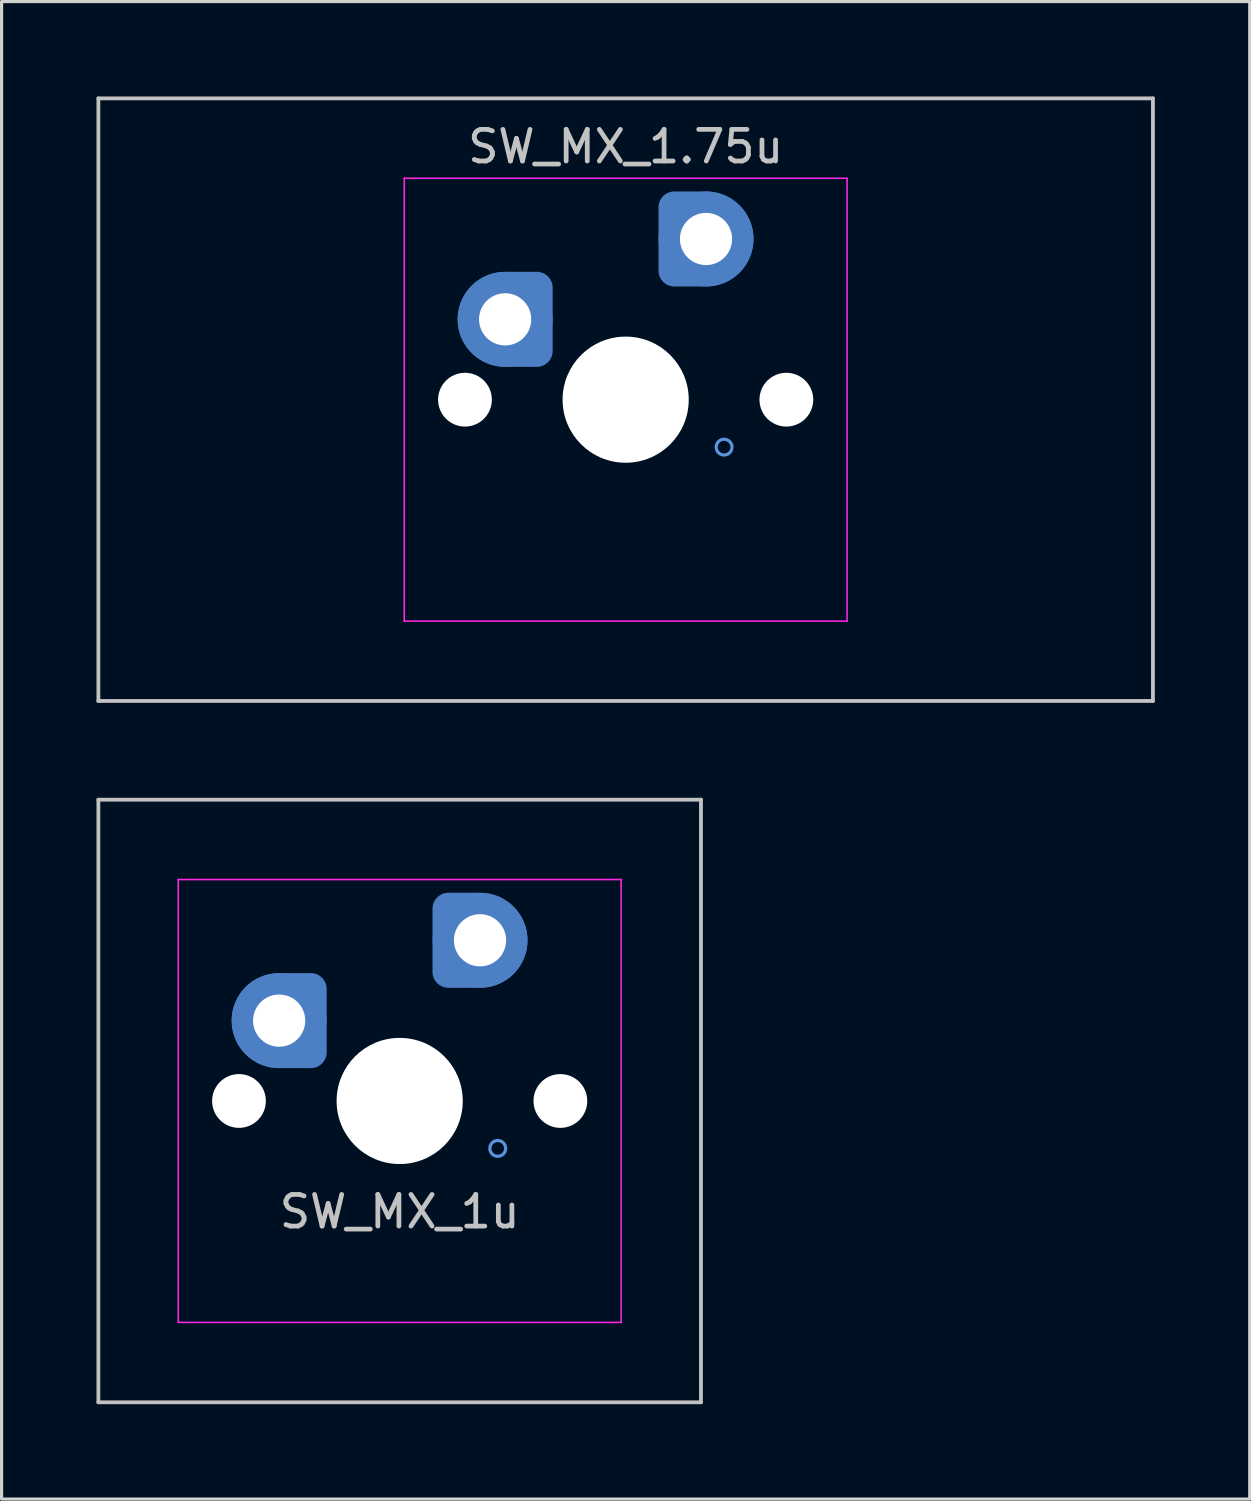
<source format=kicad_pcb>
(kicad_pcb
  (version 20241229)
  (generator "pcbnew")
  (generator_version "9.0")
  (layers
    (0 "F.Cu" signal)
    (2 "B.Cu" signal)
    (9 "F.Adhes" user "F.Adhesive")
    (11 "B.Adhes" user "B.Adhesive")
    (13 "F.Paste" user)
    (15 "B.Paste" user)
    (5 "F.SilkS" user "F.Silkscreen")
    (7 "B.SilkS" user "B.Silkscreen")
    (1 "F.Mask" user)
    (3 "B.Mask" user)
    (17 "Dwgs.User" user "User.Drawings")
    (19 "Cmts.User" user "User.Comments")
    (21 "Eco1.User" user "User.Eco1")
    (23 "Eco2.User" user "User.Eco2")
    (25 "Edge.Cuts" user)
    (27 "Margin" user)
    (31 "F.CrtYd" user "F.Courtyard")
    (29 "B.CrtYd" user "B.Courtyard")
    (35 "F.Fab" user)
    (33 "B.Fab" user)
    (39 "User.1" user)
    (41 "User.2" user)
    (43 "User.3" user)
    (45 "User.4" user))
  (footprint "SW_MX_1.75u"
    (layer "F.Cu")
    (at 16.729 9.585)
    (property "Reference" "SW_MX_1.75u" (at 0 -8 0) (layer "Dwgs.User") (effects (font (size 1 1) (thickness 0.15))))
    (attr through_hole)
    (fp_line (start -16.669 -9.525) (end -16.669 9.525) (stroke (width 0.12) (type solid)) (layer "Dwgs.User"))
    (fp_line (start -16.669 9.525) (end 16.669 9.525) (stroke (width 0.12) (type solid)) (layer "Dwgs.User"))
    (fp_line (start 16.669 -9.525) (end -16.669 -9.525) (stroke (width 0.12) (type solid)) (layer "Dwgs.User"))
    (fp_line (start 16.669 9.525) (end 16.669 -9.525) (stroke (width 0.12) (type solid)) (layer "Dwgs.User"))
    (fp_circle (center -3.81 -2.54) (end -3.81 -2.79) (stroke (width 0.1) (type default)) (fill no) (layer "Cmts.User"))
    (fp_circle (center 2.54 -5.08) (end 2.54 -5.33) (stroke (width 0.1) (type default)) (fill no) (layer "Cmts.User"))
    (fp_circle (center 3.112 1.5) (end 3.362 1.5) (stroke (width 0.1) (type default)) (fill no) (layer "Cmts.User"))
    (fp_line (start -7 6.5) (end -7 -6.5) (stroke (width 0.05) (type solid)) (layer "Eco2.User"))
    (fp_line (start -6.5 -7) (end 6.5 -7) (stroke (width 0.05) (type solid)) (layer "Eco2.User"))
    (fp_line (start 6.5 7) (end -6.5 7) (stroke (width 0.05) (type solid)) (layer "Eco2.User"))
    (fp_line (start 7 -6.5) (end 7 6.5) (stroke (width 0.05) (type solid)) (layer "Eco2.User"))
    (fp_arc (start -7 -6.5) (mid -6.853553 -6.853553) (end -6.5 -7) (stroke (width 0.05) (type solid)) (layer "Eco2.User"))
    (fp_arc (start -6.5 7) (mid -6.853553 6.853553) (end -7 6.5) (stroke (width 0.05) (type solid)) (layer "Eco2.User"))
    (fp_arc (start 6.5 -7) (mid 6.853553 -6.853553) (end 7 -6.5) (stroke (width 0.05) (type solid)) (layer "Eco2.User"))
    (fp_arc (start 6.997236 6.498884) (mid 6.850789 6.852437) (end 6.497236 6.998884) (stroke (width 0.05) (type solid)) (layer "Eco2.User"))
    (fp_line (start -7 -7) (end -7 7) (stroke (width 0.05) (type solid)) (layer "F.CrtYd"))
    (fp_line (start -7 7) (end 7 7) (stroke (width 0.05) (type solid)) (layer "F.CrtYd"))
    (fp_line (start 7 -7) (end -7 -7) (stroke (width 0.05) (type solid)) (layer "F.CrtYd"))
    (fp_line (start 7 7) (end 7 -7) (stroke (width 0.05) (type solid)) (layer "F.CrtYd"))
    (pad "" np_thru_hole circle (at -5.08 0) (size 1.7 1.7) (drill 1.7) (layers "*.Cu" "*.Mask"))
    (pad "" np_thru_hole circle (at 0 0) (size 3.988 3.988) (drill 3.988) (layers "*.Cu" "*.Mask"))
    (pad "" np_thru_hole circle (at 5.08 0) (size 1.7 1.7) (drill 1.7) (layers "*.Cu" "*.Mask"))
    (pad "1" thru_hole circle (at -3.81 -2.54) (size 2 2) (drill 1.65) (layers "*.Cu") (remove_unused_layers yes) (keep_end_layers yes) (zone_layer_connections))
    (pad "1" smd custom (at -3.81 -2.54) (size 2.7 2.7) (layers "B.Cu" "B.Mask") (options (anchor circle)) (primitives (gr_poly (pts (arc (start 0 1.35) (mid -1.35 0) (end 0 -1.35)) (arc (start 0.9 -1.35) (mid 1.218198 -1.218198) (end 1.35 -0.9)) (arc (start 1.35 0.9) (mid 1.218198 1.218198) (end 0.9 1.35))) (width 0.004) (fill yes))))
    (pad "1" smd circle (at -3.81 -2.54) (size 3 3) (layers "B.Cu"))
    (pad "1" smd custom (at -3.81 -2.54) (size 3 3) (layers "B.Cu") (options (anchor circle)) (primitives (gr_poly (pts (arc (start 0 1.5) (mid -1.5 0) (end 0 -1.5)) (arc (start 1 -1.5) (mid 1.353554 -1.353554) (end 1.5 -1)) (arc (start 1.5 1) (mid 1.353554 1.353554) (end 1 1.5))) (width 0.004) (fill yes))))
    (pad "2" thru_hole circle (at 2.54 -5.08 180) (size 2 2) (drill 1.65) (layers "*.Cu") (remove_unused_layers yes) (keep_end_layers yes) (zone_layer_connections))
    (pad "2" smd custom (at 2.54 -5.08 180) (size 2.7 2.7) (layers "B.Cu" "B.Mask") (options (anchor circle)) (primitives (gr_poly (pts (arc (start 0 1.35) (mid -1.35 0) (end 0 -1.35)) (arc (start 0.9 -1.35) (mid 1.218198 -1.218198) (end 1.35 -0.9)) (arc (start 1.35 0.9) (mid 1.218198 1.218198) (end 0.9 1.35))) (width 0.004) (fill yes))))
    (pad "2" smd circle (at 2.54 -5.08) (size 3 3) (layers "B.Cu"))
    (pad "2" smd custom (at 2.54 -5.08 180) (size 3 3) (layers "B.Cu") (options (anchor circle)) (primitives (gr_poly (pts (arc (start 0 1.5) (mid -1.5 0) (end 0 -1.5)) (arc (start 1 -1.5) (mid 1.353554 -1.353554) (end 1.5 -1)) (arc (start 1.5 1) (mid 1.353554 1.353554) (end 1 1.5))) (width 0.004) (fill yes)))))
  (footprint "SW_MX_1u"
    (layer "F.Cu")
    (at 9.585 31.755)
    (property "Reference" "SW_MX_1u" (at 0 3.5 0) (layer "Dwgs.User") (effects (font (size 1 1) (thickness 0.15))))
    (attr through_hole)
    (fp_line (start -9.525 -9.525) (end -9.525 9.525) (stroke (width 0.12) (type solid)) (layer "Dwgs.User"))
    (fp_line (start -9.525 9.525) (end 9.525 9.525) (stroke (width 0.12) (type solid)) (layer "Dwgs.User"))
    (fp_line (start 9.525 -9.525) (end -9.525 -9.525) (stroke (width 0.12) (type solid)) (layer "Dwgs.User"))
    (fp_line (start 9.525 9.525) (end 9.525 -9.525) (stroke (width 0.12) (type solid)) (layer "Dwgs.User"))
    (fp_circle (center -3.81 -2.54) (end -3.81 -2.79) (stroke (width 0.1) (type default)) (fill no) (layer "Cmts.User"))
    (fp_circle (center 2.54 -5.08) (end 2.54 -5.33) (stroke (width 0.1) (type default)) (fill no) (layer "Cmts.User"))
    (fp_circle (center 3.1 1.5) (end 3.35 1.5) (stroke (width 0.1) (type default)) (fill no) (layer "Cmts.User"))
    (fp_line (start -7 6.5) (end -7 -6.5) (stroke (width 0.05) (type solid)) (layer "Eco2.User"))
    (fp_line (start -6.5 -7) (end 6.5 -7) (stroke (width 0.05) (type solid)) (layer "Eco2.User"))
    (fp_line (start 6.5 7) (end -6.5 7) (stroke (width 0.05) (type solid)) (layer "Eco2.User"))
    (fp_line (start 7 -6.5) (end 7 6.5) (stroke (width 0.05) (type solid)) (layer "Eco2.User"))
    (fp_arc (start -7 -6.5) (mid -6.853553 -6.853553) (end -6.5 -7) (stroke (width 0.05) (type solid)) (layer "Eco2.User"))
    (fp_arc (start -6.5 7) (mid -6.853553 6.853553) (end -7 6.5) (stroke (width 0.05) (type solid)) (layer "Eco2.User"))
    (fp_arc (start 6.5 -7) (mid 6.853553 -6.853553) (end 7 -6.5) (stroke (width 0.05) (type solid)) (layer "Eco2.User"))
    (fp_arc (start 6.997236 6.498884) (mid 6.850789 6.852437) (end 6.497236 6.998884) (stroke (width 0.05) (type solid)) (layer "Eco2.User"))
    (fp_line (start -7 -7) (end -7 7) (stroke (width 0.05) (type solid)) (layer "F.CrtYd"))
    (fp_line (start -7 7) (end 7 7) (stroke (width 0.05) (type solid)) (layer "F.CrtYd"))
    (fp_line (start 7 -7) (end -7 -7) (stroke (width 0.05) (type solid)) (layer "F.CrtYd"))
    (fp_line (start 7 7) (end 7 -7) (stroke (width 0.05) (type solid)) (layer "F.CrtYd"))
    (pad "" np_thru_hole circle (at -5.08 0) (size 1.7 1.7) (drill 1.7) (layers "*.Cu" "*.Mask"))
    (pad "" np_thru_hole circle (at 0 0) (size 3.988 3.988) (drill 3.988) (layers "*.Cu" "*.Mask"))
    (pad "" np_thru_hole circle (at 5.08 0) (size 1.7 1.7) (drill 1.7) (layers "*.Cu" "*.Mask"))
    (pad "1" thru_hole circle (at -3.81 -2.54) (size 2 2) (drill 1.65) (layers "*.Cu") (remove_unused_layers yes) (keep_end_layers yes) (zone_layer_connections))
    (pad "1" smd custom (at -3.81 -2.54) (size 2.7 2.7) (layers "B.Cu" "B.Mask") (options (anchor circle)) (primitives (gr_poly (pts (arc (start 0 1.35) (mid -1.35 0) (end 0 -1.35)) (arc (start 0.9 -1.35) (mid 1.218198 -1.218198) (end 1.35 -0.9)) (arc (start 1.35 0.9) (mid 1.218198 1.218198) (end 0.9 1.35))) (width 0.004) (fill yes))))
    (pad "1" smd circle (at -3.81 -2.54) (size 3 3) (layers "B.Cu"))
    (pad "1" smd custom (at -3.81 -2.54) (size 3 3) (layers "B.Cu") (options (anchor circle)) (primitives (gr_poly (pts (arc (start 0 1.5) (mid -1.5 0) (end 0 -1.5)) (arc (start 1 -1.5) (mid 1.353554 -1.353554) (end 1.5 -1)) (arc (start 1.5 1) (mid 1.353554 1.353554) (end 1 1.5))) (width 0.004) (fill yes))))
    (pad "2" thru_hole circle (at 2.54 -5.08 180) (size 2 2) (drill 1.65) (layers "*.Cu") (remove_unused_layers yes) (keep_end_layers yes) (zone_layer_connections))
    (pad "2" smd custom (at 2.54 -5.08 180) (size 2.7 2.7) (layers "B.Cu" "B.Mask") (options (anchor circle)) (primitives (gr_poly (pts (arc (start 0 1.35) (mid -1.35 0) (end 0 -1.35)) (arc (start 0.9 -1.35) (mid 1.218198 -1.218198) (end 1.35 -0.9)) (arc (start 1.35 0.9) (mid 1.218198 1.218198) (end 0.9 1.35))) (width 0.004) (fill yes))))
    (pad "2" smd circle (at 2.54 -5.08) (size 3 3) (layers "B.Cu"))
    (pad "2" smd custom (at 2.54 -5.08 180) (size 3 3) (layers "B.Cu") (options (anchor circle)) (primitives (gr_poly (pts (arc (start 0 1.5) (mid -1.5 0) (end 0 -1.5)) (arc (start 1 -1.5) (mid 1.353554 -1.353554) (end 1.5 -1)) (arc (start 1.5 1) (mid 1.353554 1.353554) (end 1 1.5))) (width 0.004) (fill yes)))))
  (gr_rect
    (start -3 -3)
    (end 36.458 44.34)
    (stroke (width 0.1) (type default))
    (fill no)
    (layer "Edge.Cuts")))
</source>
